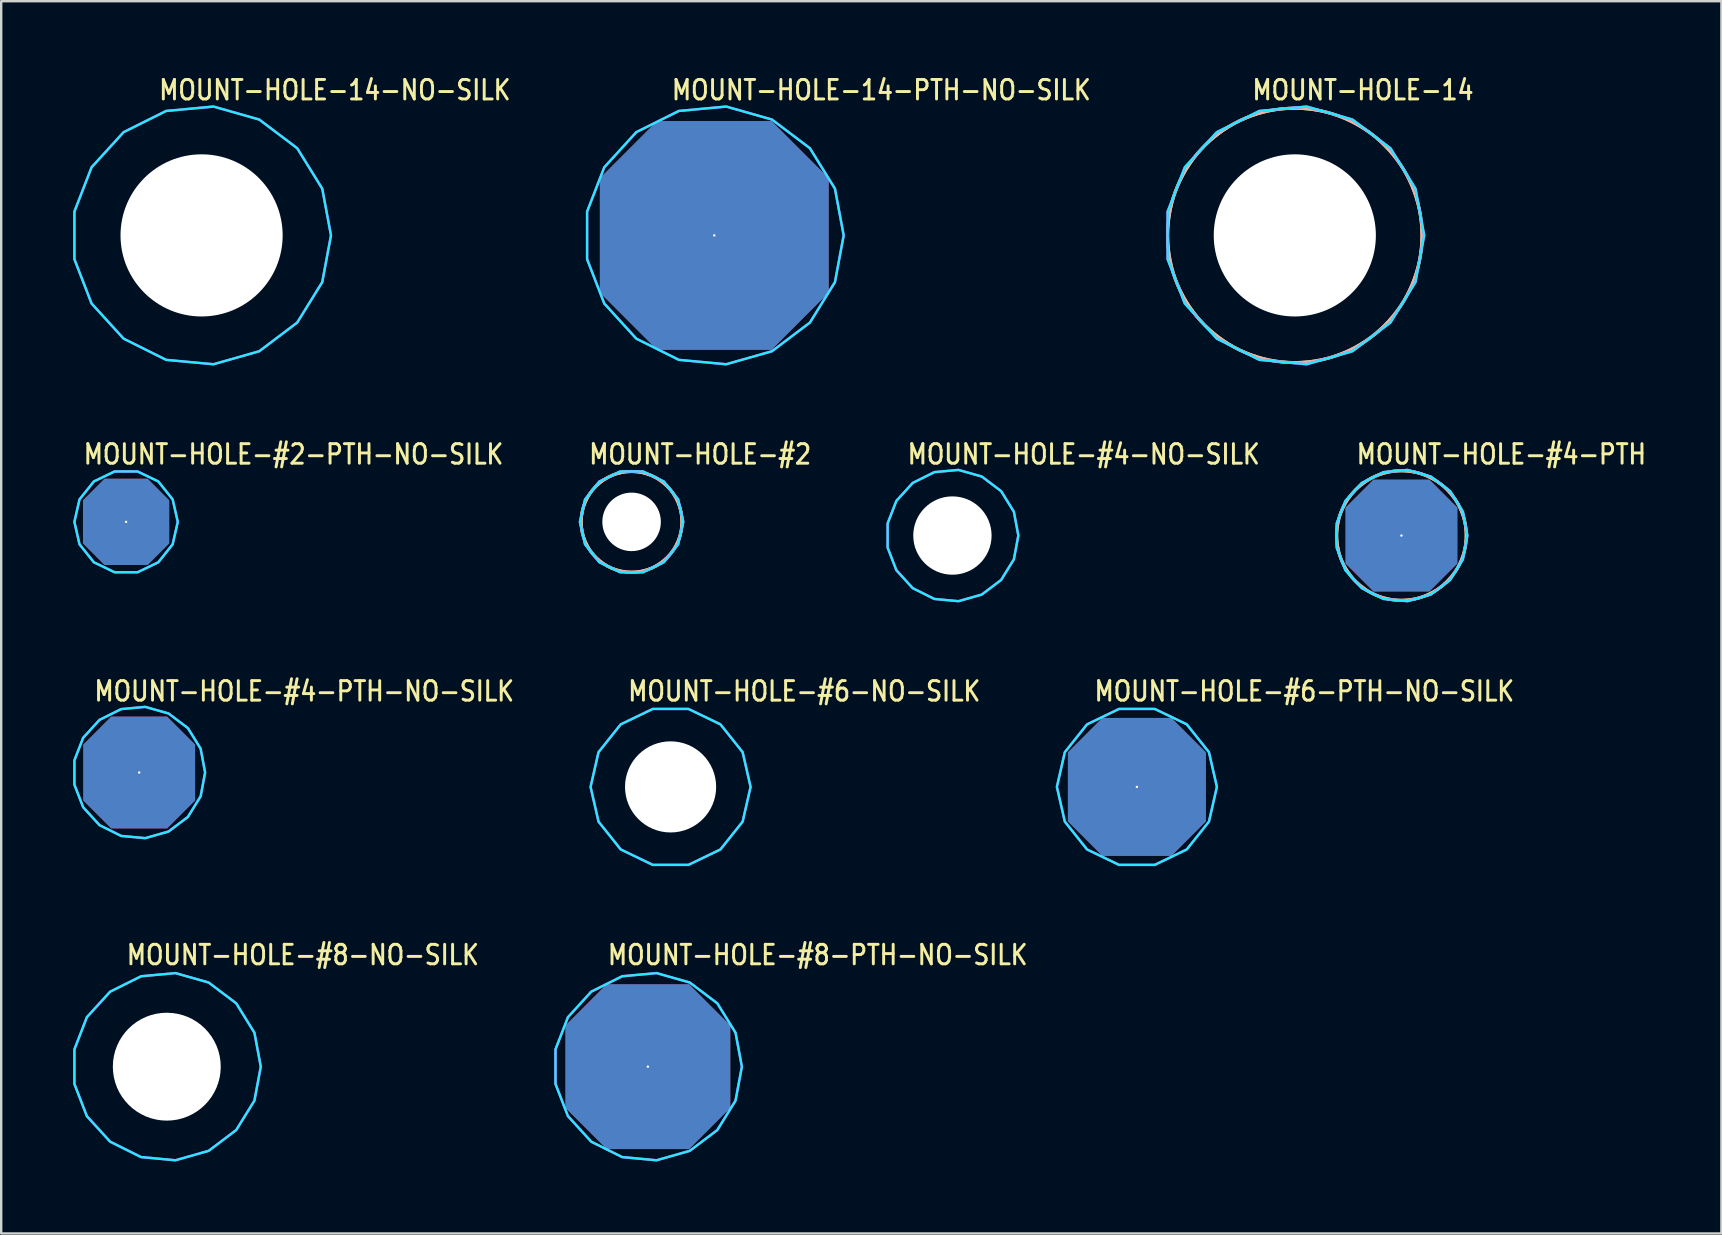
<source format=kicad_pcb>
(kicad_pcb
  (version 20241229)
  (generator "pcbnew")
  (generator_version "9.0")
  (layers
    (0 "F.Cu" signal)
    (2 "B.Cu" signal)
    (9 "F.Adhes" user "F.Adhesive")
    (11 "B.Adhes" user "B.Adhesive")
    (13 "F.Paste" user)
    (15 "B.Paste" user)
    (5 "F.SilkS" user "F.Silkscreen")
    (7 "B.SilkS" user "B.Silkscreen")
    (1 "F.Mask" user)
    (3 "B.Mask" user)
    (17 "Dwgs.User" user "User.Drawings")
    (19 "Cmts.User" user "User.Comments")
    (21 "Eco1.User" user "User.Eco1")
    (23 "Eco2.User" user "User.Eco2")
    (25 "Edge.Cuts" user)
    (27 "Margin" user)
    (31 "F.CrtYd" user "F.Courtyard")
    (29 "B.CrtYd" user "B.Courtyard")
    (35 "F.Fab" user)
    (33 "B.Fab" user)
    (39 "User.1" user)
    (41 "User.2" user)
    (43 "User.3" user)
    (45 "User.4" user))
  (footprint "MOUNT-HOLE-#4-PTH"
    (layer "F.Cu")
    (at 55.348 19.266)
    (property "Reference" "MOUNT-HOLE-#4-PTH" (at -1.94 -2.91 0) (unlocked yes) (layer "F.SilkS") (effects (font (size 0.813 0.695) (thickness 0.122)) (justify left bottom)))
    (fp_circle (center 0 0) (end 2.7 0) (stroke (width 0.127) (type solid)) (fill no) (layer "F.SilkS"))
    (fp_circle (center 0 0) (end 2.7 0) (stroke (width 0.127) (type solid)) (fill no) (layer "B.SilkS"))
    (fp_poly (pts (xy 2.747 0) (xy 2.561 -0.992) (xy 2.03 -1.85) (xy 1.224 -2.459) (xy 0.253 -2.735) (xy -0.752 -2.642) (xy -1.655 -2.192) (xy -2.335 -1.446) (xy -2.7 -0.505) (xy -2.7 0.505) (xy -2.335 1.446) (xy -1.655 2.192) (xy -0.752 2.642) (xy 0.253 2.735) (xy 1.224 2.459) (xy 2.03 1.85) (xy 2.561 0.992)) (stroke (width 0.1) (type solid)) (fill no) (layer "B.CrtYd"))
    (fp_poly (pts (xy 2.747 0) (xy 2.561 -0.992) (xy 2.03 -1.85) (xy 1.224 -2.459) (xy 0.253 -2.735) (xy -0.752 -2.642) (xy -1.655 -2.192) (xy -2.335 -1.446) (xy -2.7 -0.505) (xy -2.7 0.505) (xy -2.335 1.446) (xy -1.655 2.192) (xy -0.752 2.642) (xy 0.253 2.735) (xy 1.224 2.459) (xy 2.03 1.85) (xy 2.561 0.992)) (stroke (width 0.1) (type solid)) (fill no) (layer "F.CrtYd"))
    (pad "P$1" thru_hole custom (at 0 0) (size 0.1 0.1) (drill 3.264) (layers "*.Cu" "*.Mask") (options (anchor rect)) (primitives (gr_poly (pts (xy 2.324 1.162) (xy 1.162 2.324) (xy -1.162 2.324) (xy -2.324 1.162) (xy -2.324 -1.162) (xy -1.162 -2.324) (xy 1.162 -2.324) (xy 2.324 -1.162)) (width 0.01) (fill yes)))))
  (footprint "MOUNT-HOLE-14-PTH-NO-SILK"
    (layer "F.Cu")
    (at 26.714 6.759)
    (property "Reference" "MOUNT-HOLE-14-PTH-NO-SILK" (at -1.84 -5.58 0) (unlocked yes) (layer "F.SilkS") (effects (font (size 0.813 0.695) (thickness 0.122)) (justify left bottom)))
    (fp_poly (pts (xy 5.392 0) (xy 5.028 -1.948) (xy 3.985 -3.632) (xy 2.403 -4.827) (xy 0.497 -5.369) (xy -1.476 -5.186) (xy -3.249 -4.303) (xy -4.584 -2.838) (xy -5.3 -0.991) (xy -5.3 0.991) (xy -4.584 2.838) (xy -3.249 4.303) (xy -1.476 5.186) (xy 0.497 5.369) (xy 2.403 4.827) (xy 3.985 3.632) (xy 5.028 1.948)) (stroke (width 0.1) (type solid)) (fill no) (layer "B.CrtYd"))
    (fp_poly (pts (xy 5.392 0) (xy 5.028 -1.948) (xy 3.985 -3.632) (xy 2.403 -4.827) (xy 0.497 -5.369) (xy -1.476 -5.186) (xy -3.249 -4.303) (xy -4.584 -2.838) (xy -5.3 -0.991) (xy -5.3 0.991) (xy -4.584 2.838) (xy -3.249 4.303) (xy -1.476 5.186) (xy 0.497 5.369) (xy 2.403 4.827) (xy 3.985 3.632) (xy 5.028 1.948)) (stroke (width 0.1) (type solid)) (fill no) (layer "F.CrtYd"))
    (pad "P$1" thru_hole custom (at 0 0) (size 0.1 0.1) (drill 6.756) (layers "*.Cu" "*.Mask") (options (anchor rect)) (primitives (gr_poly (pts (xy 4.763 2.381) (xy 2.381 4.763) (xy -2.381 4.763) (xy -4.763 2.381) (xy -4.763 -2.381) (xy -2.381 -4.763) (xy 2.381 -4.763) (xy 4.763 -2.381)) (width 0.01) (fill yes)))))
  (footprint "MOUNT-HOLE-#6-NO-SILK"
    (layer "F.Cu")
    (at 24.893 29.74)
    (property "Reference" "MOUNT-HOLE-#6-NO-SILK" (at -1.84 -3.51 0) (unlocked yes) (layer "F.SilkS") (effects (font (size 0.813 0.695) (thickness 0.122)) (justify left bottom)))
    (fp_circle (center 0 0) (end 3.124 0) (stroke (width 0) (type solid)) (fill yes) (layer "F.Mask"))
    (fp_circle (center 0 0) (end 3.25 0) (stroke (width 0) (type solid)) (fill yes) (layer "F.Mask"))
    (fp_circle (center 0 0) (end 3.25 0) (stroke (width 0) (type solid)) (fill yes) (layer "F.Mask"))
    (fp_circle (center 0 0) (end 3.124 0) (stroke (width 0) (type solid)) (fill yes) (layer "B.Mask"))
    (fp_circle (center 0 0) (end 3.25 0) (stroke (width 0) (type solid)) (fill yes) (layer "B.Mask"))
    (fp_poly (pts (xy 3.334 0) (xy 3.003 -1.446) (xy 2.078 -2.606) (xy 0.742 -3.25) (xy -0.742 -3.25) (xy -2.078 -2.606) (xy -3.003 -1.446) (xy -3.334 0) (xy -3.003 1.446) (xy -2.078 2.606) (xy -0.742 3.25) (xy 0.742 3.25) (xy 2.078 2.606) (xy 3.003 1.446)) (stroke (width 0.1) (type solid)) (fill no) (layer "B.CrtYd"))
    (fp_poly (pts (xy 3.334 0) (xy 3.003 -1.446) (xy 2.078 -2.606) (xy 0.742 -3.25) (xy -0.742 -3.25) (xy -2.078 -2.606) (xy -3.003 -1.446) (xy -3.334 0) (xy -3.003 1.446) (xy -2.078 2.606) (xy -0.742 3.25) (xy 0.742 3.25) (xy 2.078 2.606) (xy 3.003 1.446)) (stroke (width 0.1) (type solid)) (fill no) (layer "F.CrtYd"))
    (pad "" np_thru_hole circle (at 0 0) (size 3.797 3.797) (drill 3.797) (layers "*.Cu" "*.Mask")))
  (footprint "MOUNT-HOLE-#8-PTH-NO-SILK"
    (layer "F.Cu")
    (at 23.947 41.398)
    (property "Reference" "MOUNT-HOLE-#8-PTH-NO-SILK" (at -1.74 -4.18 0) (unlocked yes) (layer "F.SilkS") (effects (font (size 0.813 0.695) (thickness 0.122)) (justify left bottom)))
    (fp_poly (pts (xy 3.917 0) (xy 3.652 -1.415) (xy 2.894 -2.639) (xy 1.746 -3.506) (xy 0.361 -3.9) (xy -1.072 -3.767) (xy -2.36 -3.126) (xy -3.33 -2.062) (xy -3.85 -0.72) (xy -3.85 0.72) (xy -3.33 2.062) (xy -2.36 3.126) (xy -1.072 3.767) (xy 0.361 3.9) (xy 1.746 3.506) (xy 2.894 2.639) (xy 3.652 1.415)) (stroke (width 0.1) (type solid)) (fill no) (layer "B.CrtYd"))
    (fp_poly (pts (xy 3.917 0) (xy 3.652 -1.415) (xy 2.894 -2.639) (xy 1.746 -3.506) (xy 0.361 -3.9) (xy -1.072 -3.767) (xy -2.36 -3.126) (xy -3.33 -2.062) (xy -3.85 -0.72) (xy -3.85 0.72) (xy -3.33 2.062) (xy -2.36 3.126) (xy -1.072 3.767) (xy 0.361 3.9) (xy 1.746 3.506) (xy 2.894 2.639) (xy 3.652 1.415)) (stroke (width 0.1) (type solid)) (fill no) (layer "F.CrtYd"))
    (pad "P$1" thru_hole custom (at 0 0) (size 0.1 0.1) (drill 4.496) (layers "*.Cu" "*.Mask") (options (anchor rect)) (primitives (gr_poly (pts (xy 3.429 1.714) (xy 1.714 3.429) (xy -1.714 3.429) (xy -3.429 1.714) (xy -3.429 -1.714) (xy -1.714 -3.429) (xy 1.714 -3.429) (xy 3.429 -1.714)) (width 0.01) (fill yes)))))
  (footprint "MOUNT-HOLE-#4-NO-SILK"
    (layer "F.Cu")
    (at 36.637 19.266)
    (property "Reference" "MOUNT-HOLE-#4-NO-SILK" (at -1.94 -2.91 0) (unlocked yes) (layer "F.SilkS") (effects (font (size 0.813 0.695) (thickness 0.122)) (justify left bottom)))
    (fp_circle (center 0 0) (end 2.578 0) (stroke (width 0) (type solid)) (fill yes) (layer "F.Mask"))
    (fp_circle (center 0 0) (end 2.7 0) (stroke (width 0) (type solid)) (fill yes) (layer "F.Mask"))
    (fp_circle (center 0 0) (end 2.7 0) (stroke (width 0) (type solid)) (fill yes) (layer "F.Mask"))
    (fp_circle (center 0 0) (end 2.578 0) (stroke (width 0) (type solid)) (fill yes) (layer "B.Mask"))
    (fp_circle (center 0 0) (end 2.7 0) (stroke (width 0) (type solid)) (fill yes) (layer "B.Mask"))
    (fp_poly (pts (xy 2.747 0) (xy 2.561 -0.992) (xy 2.03 -1.85) (xy 1.224 -2.459) (xy 0.253 -2.735) (xy -0.752 -2.642) (xy -1.655 -2.192) (xy -2.335 -1.446) (xy -2.7 -0.505) (xy -2.7 0.505) (xy -2.335 1.446) (xy -1.655 2.192) (xy -0.752 2.642) (xy 0.253 2.735) (xy 1.224 2.459) (xy 2.03 1.85) (xy 2.561 0.992)) (stroke (width 0.1) (type solid)) (fill no) (layer "B.CrtYd"))
    (fp_poly (pts (xy 2.747 0) (xy 2.561 -0.992) (xy 2.03 -1.85) (xy 1.224 -2.459) (xy 0.253 -2.735) (xy -0.752 -2.642) (xy -1.655 -2.192) (xy -2.335 -1.446) (xy -2.7 -0.505) (xy -2.7 0.505) (xy -2.335 1.446) (xy -1.655 2.192) (xy -0.752 2.642) (xy 0.253 2.735) (xy 1.224 2.459) (xy 2.03 1.85) (xy 2.561 0.992)) (stroke (width 0.1) (type solid)) (fill no) (layer "F.CrtYd"))
    (pad "" np_thru_hole circle (at 0 0) (size 3.264 3.264) (drill 3.264) (layers "*.Cu" "*.Mask")))
  (footprint "MOUNT-HOLE-#2"
    (layer "F.Cu")
    (at 23.268 18.696)
    (property "Reference" "MOUNT-HOLE-#2" (at -1.84 -2.34 0) (unlocked yes) (layer "F.SilkS") (effects (font (size 0.813 0.695) (thickness 0.122)) (justify left bottom)))
    (fp_circle (center 0 0) (end 1.968 0) (stroke (width 0) (type solid)) (fill yes) (layer "F.Mask"))
    (fp_circle (center 0 0) (end 2.1 0) (stroke (width 0) (type solid)) (fill yes) (layer "F.Mask"))
    (fp_circle (center 0 0) (end 2.1 0) (stroke (width 0) (type solid)) (fill yes) (layer "F.Mask"))
    (fp_circle (center 0 0) (end 1.968 0) (stroke (width 0) (type solid)) (fill yes) (layer "B.Mask"))
    (fp_circle (center 0 0) (end 2.1 0) (stroke (width 0) (type solid)) (fill yes) (layer "B.Mask"))
    (fp_circle (center 0 0) (end 2.1 0) (stroke (width 0.127) (type solid)) (fill no) (layer "F.SilkS"))
    (fp_circle (center 0 0) (end 2.1 0) (stroke (width 0.127) (type solid)) (fill no) (layer "B.SilkS"))
    (fp_poly (pts (xy 2.154 0) (xy 1.941 -0.935) (xy 1.343 -1.684) (xy 0.479 -2.1) (xy -0.479 -2.1) (xy -1.343 -1.684) (xy -1.941 -0.935) (xy -2.154 0) (xy -1.941 0.935) (xy -1.343 1.684) (xy -0.479 2.1) (xy 0.479 2.1) (xy 1.343 1.684) (xy 1.941 0.935)) (stroke (width 0.1) (type solid)) (fill no) (layer "B.CrtYd"))
    (fp_poly (pts (xy 2.154 0) (xy 1.941 -0.935) (xy 1.343 -1.684) (xy 0.479 -2.1) (xy -0.479 -2.1) (xy -1.343 -1.684) (xy -1.941 -0.935) (xy -2.154 0) (xy -1.941 0.935) (xy -1.343 1.684) (xy -0.479 2.1) (xy 0.479 2.1) (xy 1.343 1.684) (xy 1.941 0.935)) (stroke (width 0.1) (type solid)) (fill no) (layer "F.CrtYd"))
    (pad "" np_thru_hole circle (at 0 0) (size 2.438 2.438) (drill 2.438) (layers "*.Cu" "*.Mask")))
  (footprint "MOUNT-HOLE-14"
    (layer "F.Cu")
    (at 50.904 6.759)
    (property "Reference" "MOUNT-HOLE-14" (at -1.84 -5.58 0) (unlocked yes) (layer "F.SilkS") (effects (font (size 0.813 0.695) (thickness 0.122)) (justify left bottom)))
    (fp_circle (center 0 0) (end 5.067 0) (stroke (width 0) (type solid)) (fill yes) (layer "F.Mask"))
    (fp_circle (center 0 0) (end 5.3 0) (stroke (width 0) (type solid)) (fill yes) (layer "F.Mask"))
    (fp_circle (center 0 0) (end 5.3 0) (stroke (width 0) (type solid)) (fill yes) (layer "F.Mask"))
    (fp_circle (center 0 0) (end 5.067 0) (stroke (width 0) (type solid)) (fill yes) (layer "B.Mask"))
    (fp_circle (center 0 0) (end 5.3 0) (stroke (width 0) (type solid)) (fill yes) (layer "B.Mask"))
    (fp_circle (center 0 0) (end 5.3 0) (stroke (width 0.127) (type solid)) (fill no) (layer "F.SilkS"))
    (fp_circle (center 0 0) (end 5.3 0) (stroke (width 0.127) (type solid)) (fill no) (layer "B.SilkS"))
    (fp_poly (pts (xy 5.392 0) (xy 5.028 -1.948) (xy 3.985 -3.632) (xy 2.403 -4.827) (xy 0.497 -5.369) (xy -1.476 -5.186) (xy -3.249 -4.303) (xy -4.584 -2.838) (xy -5.3 -0.991) (xy -5.3 0.991) (xy -4.584 2.838) (xy -3.249 4.303) (xy -1.476 5.186) (xy 0.497 5.369) (xy 2.403 4.827) (xy 3.985 3.632) (xy 5.028 1.948)) (stroke (width 0.1) (type solid)) (fill no) (layer "B.CrtYd"))
    (fp_poly (pts (xy 5.392 0) (xy 5.028 -1.948) (xy 3.985 -3.632) (xy 2.403 -4.827) (xy 0.497 -5.369) (xy -1.476 -5.186) (xy -3.249 -4.303) (xy -4.584 -2.838) (xy -5.3 -0.991) (xy -5.3 0.991) (xy -4.584 2.838) (xy -3.249 4.303) (xy -1.476 5.186) (xy 0.497 5.369) (xy 2.403 4.827) (xy 3.985 3.632) (xy 5.028 1.948)) (stroke (width 0.1) (type solid)) (fill no) (layer "F.CrtYd"))
    (pad "" np_thru_hole circle (at 0 0) (size 6.756 6.756) (drill 6.756) (layers "*.Cu" "*.Mask")))
  (footprint "MOUNT-HOLE-14-NO-SILK"
    (layer "F.Cu")
    (at 5.35 6.759)
    (property "Reference" "MOUNT-HOLE-14-NO-SILK" (at -1.84 -5.58 0) (unlocked yes) (layer "F.SilkS") (effects (font (size 0.813 0.695) (thickness 0.122)) (justify left bottom)))
    (fp_circle (center 0 0) (end 5.067 0) (stroke (width 0) (type solid)) (fill yes) (layer "F.Mask"))
    (fp_circle (center 0 0) (end 5.3 0) (stroke (width 0) (type solid)) (fill yes) (layer "F.Mask"))
    (fp_circle (center 0 0) (end 5.3 0) (stroke (width 0) (type solid)) (fill yes) (layer "F.Mask"))
    (fp_circle (center 0 0) (end 5.067 0) (stroke (width 0) (type solid)) (fill yes) (layer "B.Mask"))
    (fp_circle (center 0 0) (end 5.3 0) (stroke (width 0) (type solid)) (fill yes) (layer "B.Mask"))
    (fp_poly (pts (xy 5.392 0) (xy 5.028 -1.948) (xy 3.985 -3.632) (xy 2.403 -4.827) (xy 0.497 -5.369) (xy -1.476 -5.186) (xy -3.249 -4.303) (xy -4.584 -2.838) (xy -5.3 -0.991) (xy -5.3 0.991) (xy -4.584 2.838) (xy -3.249 4.303) (xy -1.476 5.186) (xy 0.497 5.369) (xy 2.403 4.827) (xy 3.985 3.632) (xy 5.028 1.948)) (stroke (width 0.1) (type solid)) (fill no) (layer "B.CrtYd"))
    (fp_poly (pts (xy 5.392 0) (xy 5.028 -1.948) (xy 3.985 -3.632) (xy 2.403 -4.827) (xy 0.497 -5.369) (xy -1.476 -5.186) (xy -3.249 -4.303) (xy -4.584 -2.838) (xy -5.3 -0.991) (xy -5.3 0.991) (xy -4.584 2.838) (xy -3.249 4.303) (xy -1.476 5.186) (xy 0.497 5.369) (xy 2.403 4.827) (xy 3.985 3.632) (xy 5.028 1.948)) (stroke (width 0.1) (type solid)) (fill no) (layer "F.CrtYd"))
    (pad "" np_thru_hole circle (at 0 0) (size 6.756 6.756) (drill 6.756) (layers "*.Cu" "*.Mask")))
  (footprint "MOUNT-HOLE-#8-NO-SILK"
    (layer "F.Cu")
    (at 3.9 41.398)
    (property "Reference" "MOUNT-HOLE-#8-NO-SILK" (at -1.74 -4.18 0) (unlocked yes) (layer "F.SilkS") (effects (font (size 0.813 0.695) (thickness 0.122)) (justify left bottom)))
    (fp_circle (center 0 0) (end 3.683 0) (stroke (width 0) (type solid)) (fill yes) (layer "F.Mask"))
    (fp_circle (center 0 0) (end 3.85 0) (stroke (width 0) (type solid)) (fill yes) (layer "F.Mask"))
    (fp_circle (center 0 0) (end 3.85 0) (stroke (width 0) (type solid)) (fill yes) (layer "F.Mask"))
    (fp_circle (center 0 0) (end 3.683 0) (stroke (width 0) (type solid)) (fill yes) (layer "B.Mask"))
    (fp_circle (center 0 0) (end 3.85 0) (stroke (width 0) (type solid)) (fill yes) (layer "B.Mask"))
    (fp_poly (pts (xy 3.917 0) (xy 3.652 -1.415) (xy 2.894 -2.639) (xy 1.746 -3.506) (xy 0.361 -3.9) (xy -1.072 -3.767) (xy -2.36 -3.126) (xy -3.33 -2.062) (xy -3.85 -0.72) (xy -3.85 0.72) (xy -3.33 2.062) (xy -2.36 3.126) (xy -1.072 3.767) (xy 0.361 3.9) (xy 1.746 3.506) (xy 2.894 2.639) (xy 3.652 1.415)) (stroke (width 0.1) (type solid)) (fill no) (layer "B.CrtYd"))
    (fp_poly (pts (xy 3.917 0) (xy 3.652 -1.415) (xy 2.894 -2.639) (xy 1.746 -3.506) (xy 0.361 -3.9) (xy -1.072 -3.767) (xy -2.36 -3.126) (xy -3.33 -2.062) (xy -3.85 -0.72) (xy -3.85 0.72) (xy -3.33 2.062) (xy -2.36 3.126) (xy -1.072 3.767) (xy 0.361 3.9) (xy 1.746 3.506) (xy 2.894 2.639) (xy 3.652 1.415)) (stroke (width 0.1) (type solid)) (fill no) (layer "F.CrtYd"))
    (pad "" np_thru_hole circle (at 0 0) (size 4.496 4.496) (drill 4.496) (layers "*.Cu" "*.Mask")))
  (footprint "MOUNT-HOLE-#6-PTH-NO-SILK"
    (layer "F.Cu")
    (at 44.324 29.74)
    (property "Reference" "MOUNT-HOLE-#6-PTH-NO-SILK" (at -1.84 -3.51 0) (unlocked yes) (layer "F.SilkS") (effects (font (size 0.813 0.695) (thickness 0.122)) (justify left bottom)))
    (fp_poly (pts (xy 3.334 0) (xy 3.003 -1.446) (xy 2.078 -2.606) (xy 0.742 -3.25) (xy -0.742 -3.25) (xy -2.078 -2.606) (xy -3.003 -1.446) (xy -3.334 0) (xy -3.003 1.446) (xy -2.078 2.606) (xy -0.742 3.25) (xy 0.742 3.25) (xy 2.078 2.606) (xy 3.003 1.446)) (stroke (width 0.1) (type solid)) (fill no) (layer "B.CrtYd"))
    (fp_poly (pts (xy 3.334 0) (xy 3.003 -1.446) (xy 2.078 -2.606) (xy 0.742 -3.25) (xy -0.742 -3.25) (xy -2.078 -2.606) (xy -3.003 -1.446) (xy -3.334 0) (xy -3.003 1.446) (xy -2.078 2.606) (xy -0.742 3.25) (xy 0.742 3.25) (xy 2.078 2.606) (xy 3.003 1.446)) (stroke (width 0.1) (type solid)) (fill no) (layer "F.CrtYd"))
    (pad "P$1" thru_hole custom (at 0 0) (size 0.1 0.1) (drill 3.797) (layers "*.Cu" "*.Mask") (options (anchor rect)) (primitives (gr_poly (pts (xy 2.87 1.435) (xy 1.435 2.87) (xy -1.435 2.87) (xy -2.87 1.435) (xy -2.87 -1.435) (xy -1.435 -2.87) (xy 1.435 -2.87) (xy 2.87 -1.435)) (width 0.01) (fill yes)))))
  (footprint "MOUNT-HOLE-#2-PTH-NO-SILK"
    (layer "F.Cu")
    (at 2.204 18.696)
    (property "Reference" "MOUNT-HOLE-#2-PTH-NO-SILK" (at -1.84 -2.34 0) (unlocked yes) (layer "F.SilkS") (effects (font (size 0.813 0.695) (thickness 0.122)) (justify left bottom)))
    (fp_poly (pts (xy 2.154 0) (xy 1.941 -0.935) (xy 1.343 -1.684) (xy 0.479 -2.1) (xy -0.479 -2.1) (xy -1.343 -1.684) (xy -1.941 -0.935) (xy -2.154 0) (xy -1.941 0.935) (xy -1.343 1.684) (xy -0.479 2.1) (xy 0.479 2.1) (xy 1.343 1.684) (xy 1.941 0.935)) (stroke (width 0.1) (type solid)) (fill no) (layer "B.CrtYd"))
    (fp_poly (pts (xy 2.154 0) (xy 1.941 -0.935) (xy 1.343 -1.684) (xy 0.479 -2.1) (xy -0.479 -2.1) (xy -1.343 -1.684) (xy -1.941 -0.935) (xy -2.154 0) (xy -1.941 0.935) (xy -1.343 1.684) (xy -0.479 2.1) (xy 0.479 2.1) (xy 1.343 1.684) (xy 1.941 0.935)) (stroke (width 0.1) (type solid)) (fill no) (layer "F.CrtYd"))
    (pad "P$1" thru_hole custom (at 0 0) (size 0.1 0.1) (drill 2.438) (layers "*.Cu" "*.Mask") (options (anchor rect)) (primitives (gr_poly (pts (xy 1.791 0.895) (xy 0.895 1.791) (xy -0.895 1.791) (xy -1.791 0.895) (xy -1.791 -0.895) (xy -0.895 -1.791) (xy 0.895 -1.791) (xy 1.791 -0.895)) (width 0.01) (fill yes)))))
  (footprint "MOUNT-HOLE-#4-PTH-NO-SILK"
    (layer "F.Cu")
    (at 2.75 29.14)
    (property "Reference" "MOUNT-HOLE-#4-PTH-NO-SILK" (at -1.94 -2.91 0) (unlocked yes) (layer "F.SilkS") (effects (font (size 0.813 0.695) (thickness 0.122)) (justify left bottom)))
    (fp_poly (pts (xy 2.747 0) (xy 2.561 -0.992) (xy 2.03 -1.85) (xy 1.224 -2.459) (xy 0.253 -2.735) (xy -0.752 -2.642) (xy -1.655 -2.192) (xy -2.335 -1.446) (xy -2.7 -0.505) (xy -2.7 0.505) (xy -2.335 1.446) (xy -1.655 2.192) (xy -0.752 2.642) (xy 0.253 2.735) (xy 1.224 2.459) (xy 2.03 1.85) (xy 2.561 0.992)) (stroke (width 0.1) (type solid)) (fill no) (layer "B.CrtYd"))
    (fp_poly (pts (xy 2.747 0) (xy 2.561 -0.992) (xy 2.03 -1.85) (xy 1.224 -2.459) (xy 0.253 -2.735) (xy -0.752 -2.642) (xy -1.655 -2.192) (xy -2.335 -1.446) (xy -2.7 -0.505) (xy -2.7 0.505) (xy -2.335 1.446) (xy -1.655 2.192) (xy -0.752 2.642) (xy 0.253 2.735) (xy 1.224 2.459) (xy 2.03 1.85) (xy 2.561 0.992)) (stroke (width 0.1) (type solid)) (fill no) (layer "F.CrtYd"))
    (pad "P$1" thru_hole custom (at 0 0) (size 0.1 0.1) (drill 3.264) (layers "*.Cu" "*.Mask") (options (anchor rect)) (primitives (gr_poly (pts (xy 2.324 1.162) (xy 1.162 2.324) (xy -1.162 2.324) (xy -2.324 1.162) (xy -2.324 -1.162) (xy -1.162 -2.324) (xy 1.162 -2.324) (xy 2.324 -1.162)) (width 0.01) (fill yes)))))
  (gr_rect
    (start -3 -3)
    (end 68.68 48.348)
    (stroke (width 0.1) (type default))
    (fill no)
    (layer "Edge.Cuts")))
</source>
